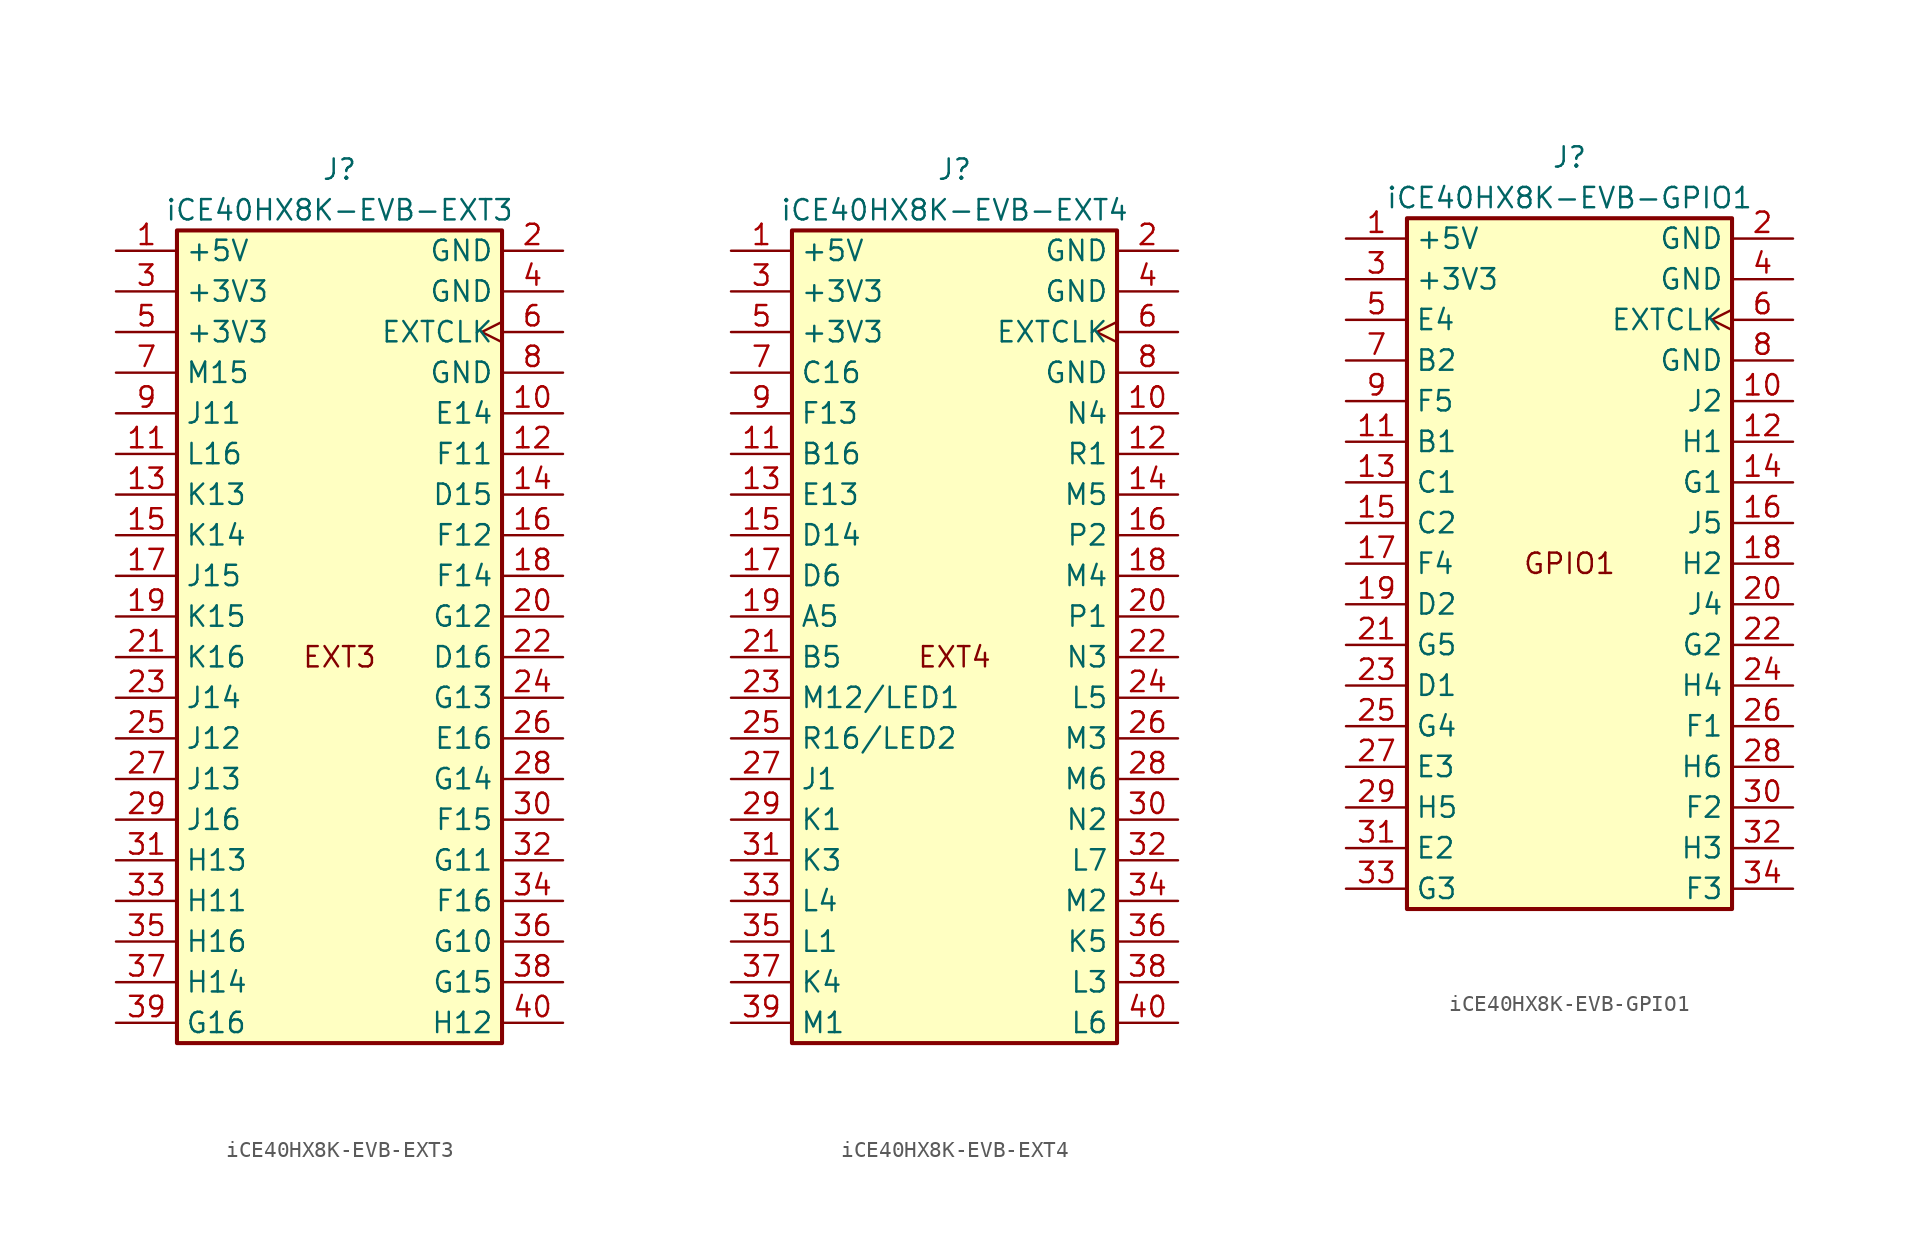
<source format=kicad_sym>
(kicad_symbol_lib
  (version 20211014)
  (generator kicad_symbol_editor)
  (symbol "iCE40HX8K-EVB-EXT3"
    (property "Reference" "J"
      (at 0 30.48 0)
      (effects (font (size 1.27 1.27))))
    (property "Value" "iCE40HX8K-EVB-EXT3"
      (at 0 27.94 0)
      (effects (font (size 1.27 1.27))))
    (symbol "iCE40HX8K-EVB-EXT3_1_0"
      (text "EXT3" (at 0 0 0) (effects (font (size 1.27 1.27)))))
    (symbol "iCE40HX8K-EVB-EXT3_1_1"
      (rectangle (start -10.16 26.67) (end 10.16 -24.13) (stroke (width 0.254) (type default) (color 0 0 0 0)) (fill (type background)))
      (pin power_out line (at -13.97 25.4 0) (length 3.81) (name "+5V" (effects (font (size 1.27 1.27)))) (number "1" (effects (font (size 1.27 1.27)))))
      (pin bidirectional line (at 13.97 15.24 180) (length 3.81) (name "E14" (effects (font (size 1.27 1.27)))) (number "10" (effects (font (size 1.27 1.27)))))
      (pin bidirectional line (at -13.97 12.7 0) (length 3.81) (name "L16" (effects (font (size 1.27 1.27)))) (number "11" (effects (font (size 1.27 1.27)))))
      (pin bidirectional line (at 13.97 12.7 180) (length 3.81) (name "F11" (effects (font (size 1.27 1.27)))) (number "12" (effects (font (size 1.27 1.27)))))
      (pin bidirectional line (at -13.97 10.16 0) (length 3.81) (name "K13" (effects (font (size 1.27 1.27)))) (number "13" (effects (font (size 1.27 1.27)))))
      (pin bidirectional line (at 13.97 10.16 180) (length 3.81) (name "D15" (effects (font (size 1.27 1.27)))) (number "14" (effects (font (size 1.27 1.27)))))
      (pin bidirectional line (at -13.97 7.62 0) (length 3.81) (name "K14" (effects (font (size 1.27 1.27)))) (number "15" (effects (font (size 1.27 1.27)))))
      (pin bidirectional line (at 13.97 7.62 180) (length 3.81) (name "F12" (effects (font (size 1.27 1.27)))) (number "16" (effects (font (size 1.27 1.27)))))
      (pin bidirectional line (at -13.97 5.08 0) (length 3.81) (name "J15" (effects (font (size 1.27 1.27)))) (number "17" (effects (font (size 1.27 1.27)))))
      (pin bidirectional line (at 13.97 5.08 180) (length 3.81) (name "F14" (effects (font (size 1.27 1.27)))) (number "18" (effects (font (size 1.27 1.27)))))
      (pin bidirectional line (at -13.97 2.54 0) (length 3.81) (name "K15" (effects (font (size 1.27 1.27)))) (number "19" (effects (font (size 1.27 1.27)))))
      (pin power_out line (at 13.97 25.4 180) (length 3.81) (name "GND" (effects (font (size 1.27 1.27)))) (number "2" (effects (font (size 1.27 1.27)))))
      (pin bidirectional line (at 13.97 2.54 180) (length 3.81) (name "G12" (effects (font (size 1.27 1.27)))) (number "20" (effects (font (size 1.27 1.27)))))
      (pin bidirectional line (at -13.97 0 0) (length 3.81) (name "K16" (effects (font (size 1.27 1.27)))) (number "21" (effects (font (size 1.27 1.27)))))
      (pin bidirectional line (at 13.97 0 180) (length 3.81) (name "D16" (effects (font (size 1.27 1.27)))) (number "22" (effects (font (size 1.27 1.27)))))
      (pin bidirectional line (at -13.97 -2.54 0) (length 3.81) (name "J14" (effects (font (size 1.27 1.27)))) (number "23" (effects (font (size 1.27 1.27)))))
      (pin bidirectional line (at 13.97 -2.54 180) (length 3.81) (name "G13" (effects (font (size 1.27 1.27)))) (number "24" (effects (font (size 1.27 1.27)))))
      (pin bidirectional line (at -13.97 -5.08 0) (length 3.81) (name "J12" (effects (font (size 1.27 1.27)))) (number "25" (effects (font (size 1.27 1.27)))))
      (pin bidirectional line (at 13.97 -5.08 180) (length 3.81) (name "E16" (effects (font (size 1.27 1.27)))) (number "26" (effects (font (size 1.27 1.27)))))
      (pin bidirectional line (at -13.97 -7.62 0) (length 3.81) (name "J13" (effects (font (size 1.27 1.27)))) (number "27" (effects (font (size 1.27 1.27)))))
      (pin bidirectional line (at 13.97 -7.62 180) (length 3.81) (name "G14" (effects (font (size 1.27 1.27)))) (number "28" (effects (font (size 1.27 1.27)))))
      (pin bidirectional line (at -13.97 -10.16 0) (length 3.81) (name "J16" (effects (font (size 1.27 1.27)))) (number "29" (effects (font (size 1.27 1.27)))))
      (pin power_out line (at -13.97 22.86 0) (length 3.81) (name "+3V3" (effects (font (size 1.27 1.27)))) (number "3" (effects (font (size 1.27 1.27)))))
      (pin bidirectional line (at 13.97 -10.16 180) (length 3.81) (name "F15" (effects (font (size 1.27 1.27)))) (number "30" (effects (font (size 1.27 1.27)))))
      (pin bidirectional line (at -13.97 -12.7 0) (length 3.81) (name "H13" (effects (font (size 1.27 1.27)))) (number "31" (effects (font (size 1.27 1.27)))))
      (pin bidirectional line (at 13.97 -12.7 180) (length 3.81) (name "G11" (effects (font (size 1.27 1.27)))) (number "32" (effects (font (size 1.27 1.27)))))
      (pin bidirectional line (at -13.97 -15.24 0) (length 3.81) (name "H11" (effects (font (size 1.27 1.27)))) (number "33" (effects (font (size 1.27 1.27)))))
      (pin bidirectional line (at 13.97 -15.24 180) (length 3.81) (name "F16" (effects (font (size 1.27 1.27)))) (number "34" (effects (font (size 1.27 1.27)))))
      (pin bidirectional line (at -13.97 -17.78 0) (length 3.81) (name "H16" (effects (font (size 1.27 1.27)))) (number "35" (effects (font (size 1.27 1.27)))))
      (pin bidirectional line (at 13.97 -17.78 180) (length 3.81) (name "G10" (effects (font (size 1.27 1.27)))) (number "36" (effects (font (size 1.27 1.27)))))
      (pin bidirectional line (at -13.97 -20.32 0) (length 3.81) (name "H14" (effects (font (size 1.27 1.27)))) (number "37" (effects (font (size 1.27 1.27)))))
      (pin bidirectional line (at 13.97 -20.32 180) (length 3.81) (name "G15" (effects (font (size 1.27 1.27)))) (number "38" (effects (font (size 1.27 1.27)))))
      (pin bidirectional line (at -13.97 -22.86 0) (length 3.81) (name "G16" (effects (font (size 1.27 1.27)))) (number "39" (effects (font (size 1.27 1.27)))))
      (pin power_out line (at 13.97 22.86 180) (length 3.81) (name "GND" (effects (font (size 1.27 1.27)))) (number "4" (effects (font (size 1.27 1.27)))))
      (pin bidirectional line (at 13.97 -22.86 180) (length 3.81) (name "H12" (effects (font (size 1.27 1.27)))) (number "40" (effects (font (size 1.27 1.27)))))
      (pin power_out line (at -13.97 20.32 0) (length 3.81) (name "+3V3" (effects (font (size 1.27 1.27)))) (number "5" (effects (font (size 1.27 1.27)))))
      (pin output clock (at 13.97 20.32 180) (length 3.81) (name "EXTCLK" (effects (font (size 1.27 1.27)))) (number "6" (effects (font (size 1.27 1.27)))))
      (pin bidirectional line (at -13.97 17.78 0) (length 3.81) (name "M15" (effects (font (size 1.27 1.27)))) (number "7" (effects (font (size 1.27 1.27)))))
      (pin power_out line (at 13.97 17.78 180) (length 3.81) (name "GND" (effects (font (size 1.27 1.27)))) (number "8" (effects (font (size 1.27 1.27)))))
      (pin bidirectional line (at -13.97 15.24 0) (length 3.81) (name "J11" (effects (font (size 1.27 1.27)))) (number "9" (effects (font (size 1.27 1.27)))))))
  (symbol "iCE40HX8K-EVB-EXT4"
    (property "Reference" "J"
      (at 0 30.48 0)
      (effects (font (size 1.27 1.27))))
    (property "Value" "iCE40HX8K-EVB-EXT4"
      (at 0 27.94 0)
      (effects (font (size 1.27 1.27))))
    (symbol "iCE40HX8K-EVB-EXT4_1_0"
      (text "EXT4" (at 0 0 0) (effects (font (size 1.27 1.27)))))
    (symbol "iCE40HX8K-EVB-EXT4_1_1"
      (rectangle (start -10.16 26.67) (end 10.16 -24.13) (stroke (width 0.254) (type default) (color 0 0 0 0)) (fill (type background)))
      (pin power_out line (at -13.97 25.4 0) (length 3.81) (name "+5V" (effects (font (size 1.27 1.27)))) (number "1" (effects (font (size 1.27 1.27)))))
      (pin bidirectional line (at 13.97 15.24 180) (length 3.81) (name "N4" (effects (font (size 1.27 1.27)))) (number "10" (effects (font (size 1.27 1.27)))))
      (pin bidirectional line (at -13.97 12.7 0) (length 3.81) (name "B16" (effects (font (size 1.27 1.27)))) (number "11" (effects (font (size 1.27 1.27)))))
      (pin bidirectional line (at 13.97 12.7 180) (length 3.81) (name "R1" (effects (font (size 1.27 1.27)))) (number "12" (effects (font (size 1.27 1.27)))))
      (pin bidirectional line (at -13.97 10.16 0) (length 3.81) (name "E13" (effects (font (size 1.27 1.27)))) (number "13" (effects (font (size 1.27 1.27)))))
      (pin bidirectional line (at 13.97 10.16 180) (length 3.81) (name "M5" (effects (font (size 1.27 1.27)))) (number "14" (effects (font (size 1.27 1.27)))))
      (pin bidirectional line (at -13.97 7.62 0) (length 3.81) (name "D14" (effects (font (size 1.27 1.27)))) (number "15" (effects (font (size 1.27 1.27)))))
      (pin bidirectional line (at 13.97 7.62 180) (length 3.81) (name "P2" (effects (font (size 1.27 1.27)))) (number "16" (effects (font (size 1.27 1.27)))))
      (pin bidirectional line (at -13.97 5.08 0) (length 3.81) (name "D6" (effects (font (size 1.27 1.27)))) (number "17" (effects (font (size 1.27 1.27)))))
      (pin bidirectional line (at 13.97 5.08 180) (length 3.81) (name "M4" (effects (font (size 1.27 1.27)))) (number "18" (effects (font (size 1.27 1.27)))))
      (pin bidirectional line (at -13.97 2.54 0) (length 3.81) (name "A5" (effects (font (size 1.27 1.27)))) (number "19" (effects (font (size 1.27 1.27)))))
      (pin power_out line (at 13.97 25.4 180) (length 3.81) (name "GND" (effects (font (size 1.27 1.27)))) (number "2" (effects (font (size 1.27 1.27)))))
      (pin bidirectional line (at 13.97 2.54 180) (length 3.81) (name "P1" (effects (font (size 1.27 1.27)))) (number "20" (effects (font (size 1.27 1.27)))))
      (pin bidirectional line (at -13.97 0 0) (length 3.81) (name "B5" (effects (font (size 1.27 1.27)))) (number "21" (effects (font (size 1.27 1.27)))))
      (pin bidirectional line (at 13.97 0 180) (length 3.81) (name "N3" (effects (font (size 1.27 1.27)))) (number "22" (effects (font (size 1.27 1.27)))))
      (pin bidirectional line (at -13.97 -2.54 0) (length 3.81) (name "M12/LED1" (effects (font (size 1.27 1.27)))) (number "23" (effects (font (size 1.27 1.27)))))
      (pin bidirectional line (at 13.97 -2.54 180) (length 3.81) (name "L5" (effects (font (size 1.27 1.27)))) (number "24" (effects (font (size 1.27 1.27)))))
      (pin bidirectional line (at -13.97 -5.08 0) (length 3.81) (name "R16/LED2" (effects (font (size 1.27 1.27)))) (number "25" (effects (font (size 1.27 1.27)))))
      (pin bidirectional line (at 13.97 -5.08 180) (length 3.81) (name "M3" (effects (font (size 1.27 1.27)))) (number "26" (effects (font (size 1.27 1.27)))))
      (pin bidirectional line (at -13.97 -7.62 0) (length 3.81) (name "J1" (effects (font (size 1.27 1.27)))) (number "27" (effects (font (size 1.27 1.27)))))
      (pin bidirectional line (at 13.97 -7.62 180) (length 3.81) (name "M6" (effects (font (size 1.27 1.27)))) (number "28" (effects (font (size 1.27 1.27)))))
      (pin bidirectional line (at -13.97 -10.16 0) (length 3.81) (name "K1" (effects (font (size 1.27 1.27)))) (number "29" (effects (font (size 1.27 1.27)))))
      (pin power_out line (at -13.97 22.86 0) (length 3.81) (name "+3V3" (effects (font (size 1.27 1.27)))) (number "3" (effects (font (size 1.27 1.27)))))
      (pin bidirectional line (at 13.97 -10.16 180) (length 3.81) (name "N2" (effects (font (size 1.27 1.27)))) (number "30" (effects (font (size 1.27 1.27)))))
      (pin bidirectional line (at -13.97 -12.7 0) (length 3.81) (name "K3" (effects (font (size 1.27 1.27)))) (number "31" (effects (font (size 1.27 1.27)))))
      (pin bidirectional line (at 13.97 -12.7 180) (length 3.81) (name "L7" (effects (font (size 1.27 1.27)))) (number "32" (effects (font (size 1.27 1.27)))))
      (pin bidirectional line (at -13.97 -15.24 0) (length 3.81) (name "L4" (effects (font (size 1.27 1.27)))) (number "33" (effects (font (size 1.27 1.27)))))
      (pin bidirectional line (at 13.97 -15.24 180) (length 3.81) (name "M2" (effects (font (size 1.27 1.27)))) (number "34" (effects (font (size 1.27 1.27)))))
      (pin bidirectional line (at -13.97 -17.78 0) (length 3.81) (name "L1" (effects (font (size 1.27 1.27)))) (number "35" (effects (font (size 1.27 1.27)))))
      (pin bidirectional line (at 13.97 -17.78 180) (length 3.81) (name "K5" (effects (font (size 1.27 1.27)))) (number "36" (effects (font (size 1.27 1.27)))))
      (pin bidirectional line (at -13.97 -20.32 0) (length 3.81) (name "K4" (effects (font (size 1.27 1.27)))) (number "37" (effects (font (size 1.27 1.27)))))
      (pin bidirectional line (at 13.97 -20.32 180) (length 3.81) (name "L3" (effects (font (size 1.27 1.27)))) (number "38" (effects (font (size 1.27 1.27)))))
      (pin bidirectional line (at -13.97 -22.86 0) (length 3.81) (name "M1" (effects (font (size 1.27 1.27)))) (number "39" (effects (font (size 1.27 1.27)))))
      (pin power_out line (at 13.97 22.86 180) (length 3.81) (name "GND" (effects (font (size 1.27 1.27)))) (number "4" (effects (font (size 1.27 1.27)))))
      (pin bidirectional line (at 13.97 -22.86 180) (length 3.81) (name "L6" (effects (font (size 1.27 1.27)))) (number "40" (effects (font (size 1.27 1.27)))))
      (pin power_out line (at -13.97 20.32 0) (length 3.81) (name "+3V3" (effects (font (size 1.27 1.27)))) (number "5" (effects (font (size 1.27 1.27)))))
      (pin output clock (at 13.97 20.32 180) (length 3.81) (name "EXTCLK" (effects (font (size 1.27 1.27)))) (number "6" (effects (font (size 1.27 1.27)))))
      (pin bidirectional line (at -13.97 17.78 0) (length 3.81) (name "C16" (effects (font (size 1.27 1.27)))) (number "7" (effects (font (size 1.27 1.27)))))
      (pin power_out line (at 13.97 17.78 180) (length 3.81) (name "GND" (effects (font (size 1.27 1.27)))) (number "8" (effects (font (size 1.27 1.27)))))
      (pin bidirectional line (at -13.97 15.24 0) (length 3.81) (name "F13" (effects (font (size 1.27 1.27)))) (number "9" (effects (font (size 1.27 1.27)))))))
  (symbol "iCE40HX8K-EVB-GPIO1"
    (property "Reference" "J"
      (at 0 25.4 0)
      (effects (font (size 1.27 1.27))))
    (property "Value" "iCE40HX8K-EVB-GPIO1"
      (at 0 22.86 0)
      (effects (font (size 1.27 1.27))))
    (symbol "iCE40HX8K-EVB-GPIO1_1_0"
      (text "GPIO1" (at 0 0 0) (effects (font (size 1.27 1.27)))))
    (symbol "iCE40HX8K-EVB-GPIO1_1_1"
      (rectangle (start -10.16 21.59) (end 10.16 -21.59) (stroke (width 0.254) (type default) (color 0 0 0 0)) (fill (type background)))
      (pin power_out line (at -13.97 20.32 0) (length 3.81) (name "+5V" (effects (font (size 1.27 1.27)))) (number "1" (effects (font (size 1.27 1.27)))))
      (pin bidirectional line (at 13.97 10.16 180) (length 3.81) (name "J2" (effects (font (size 1.27 1.27)))) (number "10" (effects (font (size 1.27 1.27)))))
      (pin bidirectional line (at -13.97 7.62 0) (length 3.81) (name "B1" (effects (font (size 1.27 1.27)))) (number "11" (effects (font (size 1.27 1.27)))))
      (pin bidirectional line (at 13.97 7.62 180) (length 3.81) (name "H1" (effects (font (size 1.27 1.27)))) (number "12" (effects (font (size 1.27 1.27)))))
      (pin bidirectional line (at -13.97 5.08 0) (length 3.81) (name "C1" (effects (font (size 1.27 1.27)))) (number "13" (effects (font (size 1.27 1.27)))))
      (pin bidirectional line (at 13.97 5.08 180) (length 3.81) (name "G1" (effects (font (size 1.27 1.27)))) (number "14" (effects (font (size 1.27 1.27)))))
      (pin bidirectional line (at -13.97 2.54 0) (length 3.81) (name "C2" (effects (font (size 1.27 1.27)))) (number "15" (effects (font (size 1.27 1.27)))))
      (pin bidirectional line (at 13.97 2.54 180) (length 3.81) (name "J5" (effects (font (size 1.27 1.27)))) (number "16" (effects (font (size 1.27 1.27)))))
      (pin bidirectional line (at -13.97 0 0) (length 3.81) (name "F4" (effects (font (size 1.27 1.27)))) (number "17" (effects (font (size 1.27 1.27)))))
      (pin bidirectional line (at 13.97 0 180) (length 3.81) (name "H2" (effects (font (size 1.27 1.27)))) (number "18" (effects (font (size 1.27 1.27)))))
      (pin bidirectional line (at -13.97 -2.54 0) (length 3.81) (name "D2" (effects (font (size 1.27 1.27)))) (number "19" (effects (font (size 1.27 1.27)))))
      (pin power_out line (at 13.97 20.32 180) (length 3.81) (name "GND" (effects (font (size 1.27 1.27)))) (number "2" (effects (font (size 1.27 1.27)))))
      (pin bidirectional line (at 13.97 -2.54 180) (length 3.81) (name "J4" (effects (font (size 1.27 1.27)))) (number "20" (effects (font (size 1.27 1.27)))))
      (pin bidirectional line (at -13.97 -5.08 0) (length 3.81) (name "G5" (effects (font (size 1.27 1.27)))) (number "21" (effects (font (size 1.27 1.27)))))
      (pin bidirectional line (at 13.97 -5.08 180) (length 3.81) (name "G2" (effects (font (size 1.27 1.27)))) (number "22" (effects (font (size 1.27 1.27)))))
      (pin bidirectional line (at -13.97 -7.62 0) (length 3.81) (name "D1" (effects (font (size 1.27 1.27)))) (number "23" (effects (font (size 1.27 1.27)))))
      (pin bidirectional line (at 13.97 -7.62 180) (length 3.81) (name "H4" (effects (font (size 1.27 1.27)))) (number "24" (effects (font (size 1.27 1.27)))))
      (pin bidirectional line (at -13.97 -10.16 0) (length 3.81) (name "G4" (effects (font (size 1.27 1.27)))) (number "25" (effects (font (size 1.27 1.27)))))
      (pin bidirectional line (at 13.97 -10.16 180) (length 3.81) (name "F1" (effects (font (size 1.27 1.27)))) (number "26" (effects (font (size 1.27 1.27)))))
      (pin bidirectional line (at -13.97 -12.7 0) (length 3.81) (name "E3" (effects (font (size 1.27 1.27)))) (number "27" (effects (font (size 1.27 1.27)))))
      (pin bidirectional line (at 13.97 -12.7 180) (length 3.81) (name "H6" (effects (font (size 1.27 1.27)))) (number "28" (effects (font (size 1.27 1.27)))))
      (pin bidirectional line (at -13.97 -15.24 0) (length 3.81) (name "H5" (effects (font (size 1.27 1.27)))) (number "29" (effects (font (size 1.27 1.27)))))
      (pin power_out line (at -13.97 17.78 0) (length 3.81) (name "+3V3" (effects (font (size 1.27 1.27)))) (number "3" (effects (font (size 1.27 1.27)))))
      (pin bidirectional line (at 13.97 -15.24 180) (length 3.81) (name "F2" (effects (font (size 1.27 1.27)))) (number "30" (effects (font (size 1.27 1.27)))))
      (pin bidirectional line (at -13.97 -17.78 0) (length 3.81) (name "E2" (effects (font (size 1.27 1.27)))) (number "31" (effects (font (size 1.27 1.27)))))
      (pin bidirectional line (at 13.97 -17.78 180) (length 3.81) (name "H3" (effects (font (size 1.27 1.27)))) (number "32" (effects (font (size 1.27 1.27)))))
      (pin bidirectional line (at -13.97 -20.32 0) (length 3.81) (name "G3" (effects (font (size 1.27 1.27)))) (number "33" (effects (font (size 1.27 1.27)))))
      (pin bidirectional line (at 13.97 -20.32 180) (length 3.81) (name "F3" (effects (font (size 1.27 1.27)))) (number "34" (effects (font (size 1.27 1.27)))))
      (pin power_out line (at 13.97 17.78 180) (length 3.81) (name "GND" (effects (font (size 1.27 1.27)))) (number "4" (effects (font (size 1.27 1.27)))))
      (pin bidirectional line (at -13.97 15.24 0) (length 3.81) (name "E4" (effects (font (size 1.27 1.27)))) (number "5" (effects (font (size 1.27 1.27)))))
      (pin output clock (at 13.97 15.24 180) (length 3.81) (name "EXTCLK" (effects (font (size 1.27 1.27)))) (number "6" (effects (font (size 1.27 1.27)))))
      (pin bidirectional line (at -13.97 12.7 0) (length 3.81) (name "B2" (effects (font (size 1.27 1.27)))) (number "7" (effects (font (size 1.27 1.27)))))
      (pin power_out line (at 13.97 12.7 180) (length 3.81) (name "GND" (effects (font (size 1.27 1.27)))) (number "8" (effects (font (size 1.27 1.27)))))
      (pin bidirectional line (at -13.97 10.16 0) (length 3.81) (name "F5" (effects (font (size 1.27 1.27)))) (number "9" (effects (font (size 1.27 1.27))))))))
</source>
